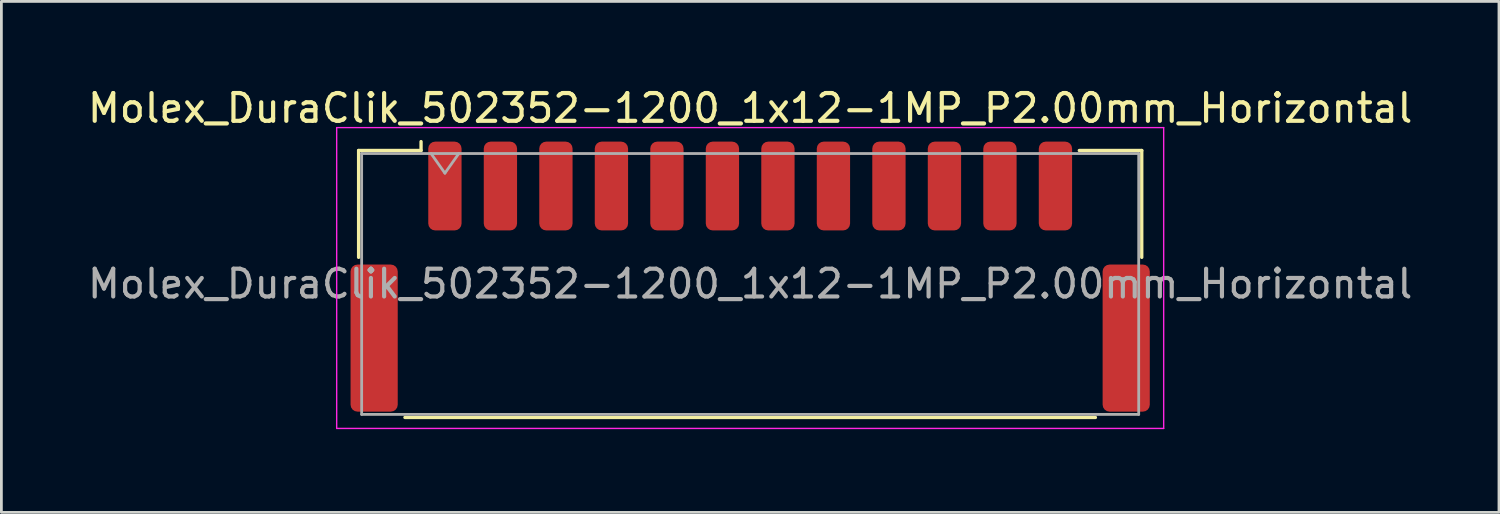
<source format=kicad_pcb>
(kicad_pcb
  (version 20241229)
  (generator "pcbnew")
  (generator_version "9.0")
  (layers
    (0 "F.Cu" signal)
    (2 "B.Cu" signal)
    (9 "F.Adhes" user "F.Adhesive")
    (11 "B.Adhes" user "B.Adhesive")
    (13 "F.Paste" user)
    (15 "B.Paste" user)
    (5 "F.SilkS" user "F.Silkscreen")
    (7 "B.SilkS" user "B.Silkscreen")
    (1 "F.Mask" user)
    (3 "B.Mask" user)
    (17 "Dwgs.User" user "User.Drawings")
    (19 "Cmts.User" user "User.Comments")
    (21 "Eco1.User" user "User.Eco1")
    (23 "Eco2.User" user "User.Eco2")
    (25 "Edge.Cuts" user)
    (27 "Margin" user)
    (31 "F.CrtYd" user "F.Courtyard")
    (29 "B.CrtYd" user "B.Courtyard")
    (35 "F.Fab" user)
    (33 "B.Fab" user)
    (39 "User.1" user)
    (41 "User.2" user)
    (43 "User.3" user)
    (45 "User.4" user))
  (footprint "Molex_DuraClik_502352-1200_1x12-1MP_P2.00mm_Horizontal"
    (layer "F.Cu")
    (at 23.982 6.918)
    (property "Reference" "Molex_DuraClik_502352-1200_1x12-1MP_P2.00mm_Horizontal" (at 0 -6.07 0) (layer "F.SilkS") (effects (font (size 1 1) (thickness 0.15))))
    (attr smd)
    (fp_line (start -14.11 -4.545) (end -11.86 -4.545) (stroke (width 0.12) (type solid)) (layer "F.SilkS"))
    (fp_line (start -14.11 -0.695) (end -14.11 -4.545) (stroke (width 0.12) (type solid)) (layer "F.SilkS"))
    (fp_line (start -12.44 5.075) (end 12.44 5.075) (stroke (width 0.12) (type solid)) (layer "F.SilkS"))
    (fp_line (start -11.86 -4.545) (end -11.86 -4.865) (stroke (width 0.12) (type solid)) (layer "F.SilkS"))
    (fp_line (start 14.11 -4.545) (end 11.86 -4.545) (stroke (width 0.12) (type solid)) (layer "F.SilkS"))
    (fp_line (start 14.11 -0.695) (end 14.11 -4.545) (stroke (width 0.12) (type solid)) (layer "F.SilkS"))
    (fp_line (start -14.9 -5.37) (end -14.9 5.47) (stroke (width 0.05) (type solid)) (layer "F.CrtYd"))
    (fp_line (start -14.9 5.47) (end 14.9 5.47) (stroke (width 0.05) (type solid)) (layer "F.CrtYd"))
    (fp_line (start 14.9 -5.37) (end -14.9 -5.37) (stroke (width 0.05) (type solid)) (layer "F.CrtYd"))
    (fp_line (start 14.9 5.47) (end 14.9 -5.37) (stroke (width 0.05) (type solid)) (layer "F.CrtYd"))
    (fp_line (start -14 -4.435) (end -14 4.965) (stroke (width 0.1) (type solid)) (layer "F.Fab"))
    (fp_line (start -14 -4.435) (end 14 -4.435) (stroke (width 0.1) (type solid)) (layer "F.Fab"))
    (fp_line (start -14 4.965) (end 14 4.965) (stroke (width 0.1) (type solid)) (layer "F.Fab"))
    (fp_line (start -11.5 -4.435) (end -11 -3.728) (stroke (width 0.1) (type solid)) (layer "F.Fab"))
    (fp_line (start -11 -3.728) (end -10.5 -4.435) (stroke (width 0.1) (type solid)) (layer "F.Fab"))
    (fp_line (start 14 -4.435) (end 14 4.965) (stroke (width 0.1) (type solid)) (layer "F.Fab"))
    (fp_text user "${REFERENCE}" (at 0 0.26 0) (layer "F.Fab") (effects (font (size 1 1) (thickness 0.15))))
    (pad "1" smd roundrect (at -11 -3.265) (size 1.2 3.2) (layers "F.Cu" "F.Mask" "F.Paste") (roundrect_rratio 0.208))
    (pad "2" smd roundrect (at -9 -3.265) (size 1.2 3.2) (layers "F.Cu" "F.Mask" "F.Paste") (roundrect_rratio 0.208))
    (pad "3" smd roundrect (at -7 -3.265) (size 1.2 3.2) (layers "F.Cu" "F.Mask" "F.Paste") (roundrect_rratio 0.208))
    (pad "4" smd roundrect (at -5 -3.265) (size 1.2 3.2) (layers "F.Cu" "F.Mask" "F.Paste") (roundrect_rratio 0.208))
    (pad "5" smd roundrect (at -3 -3.265) (size 1.2 3.2) (layers "F.Cu" "F.Mask" "F.Paste") (roundrect_rratio 0.208))
    (pad "6" smd roundrect (at -1 -3.265) (size 1.2 3.2) (layers "F.Cu" "F.Mask" "F.Paste") (roundrect_rratio 0.208))
    (pad "7" smd roundrect (at 1 -3.265) (size 1.2 3.2) (layers "F.Cu" "F.Mask" "F.Paste") (roundrect_rratio 0.208))
    (pad "8" smd roundrect (at 3 -3.265) (size 1.2 3.2) (layers "F.Cu" "F.Mask" "F.Paste") (roundrect_rratio 0.208))
    (pad "9" smd roundrect (at 5 -3.265) (size 1.2 3.2) (layers "F.Cu" "F.Mask" "F.Paste") (roundrect_rratio 0.208))
    (pad "10" smd roundrect (at 7 -3.265) (size 1.2 3.2) (layers "F.Cu" "F.Mask" "F.Paste") (roundrect_rratio 0.208))
    (pad "11" smd roundrect (at 9 -3.265) (size 1.2 3.2) (layers "F.Cu" "F.Mask" "F.Paste") (roundrect_rratio 0.208))
    (pad "12" smd roundrect (at 11 -3.265) (size 1.2 3.2) (layers "F.Cu" "F.Mask" "F.Paste") (roundrect_rratio 0.208))
    (pad "MP" smd roundrect (at -13.55 2.215) (size 1.7 5.3) (layers "F.Cu" "F.Mask" "F.Paste") (roundrect_rratio 0.147))
    (pad "MP" smd roundrect (at 13.55 2.215) (size 1.7 5.3) (layers "F.Cu" "F.Mask" "F.Paste") (roundrect_rratio 0.147)))
  (gr_rect
    (start -3 -3)
    (end 50.964 15.413)
    (stroke (width 0.1) (type default))
    (fill no)
    (layer "Edge.Cuts")))
</source>
